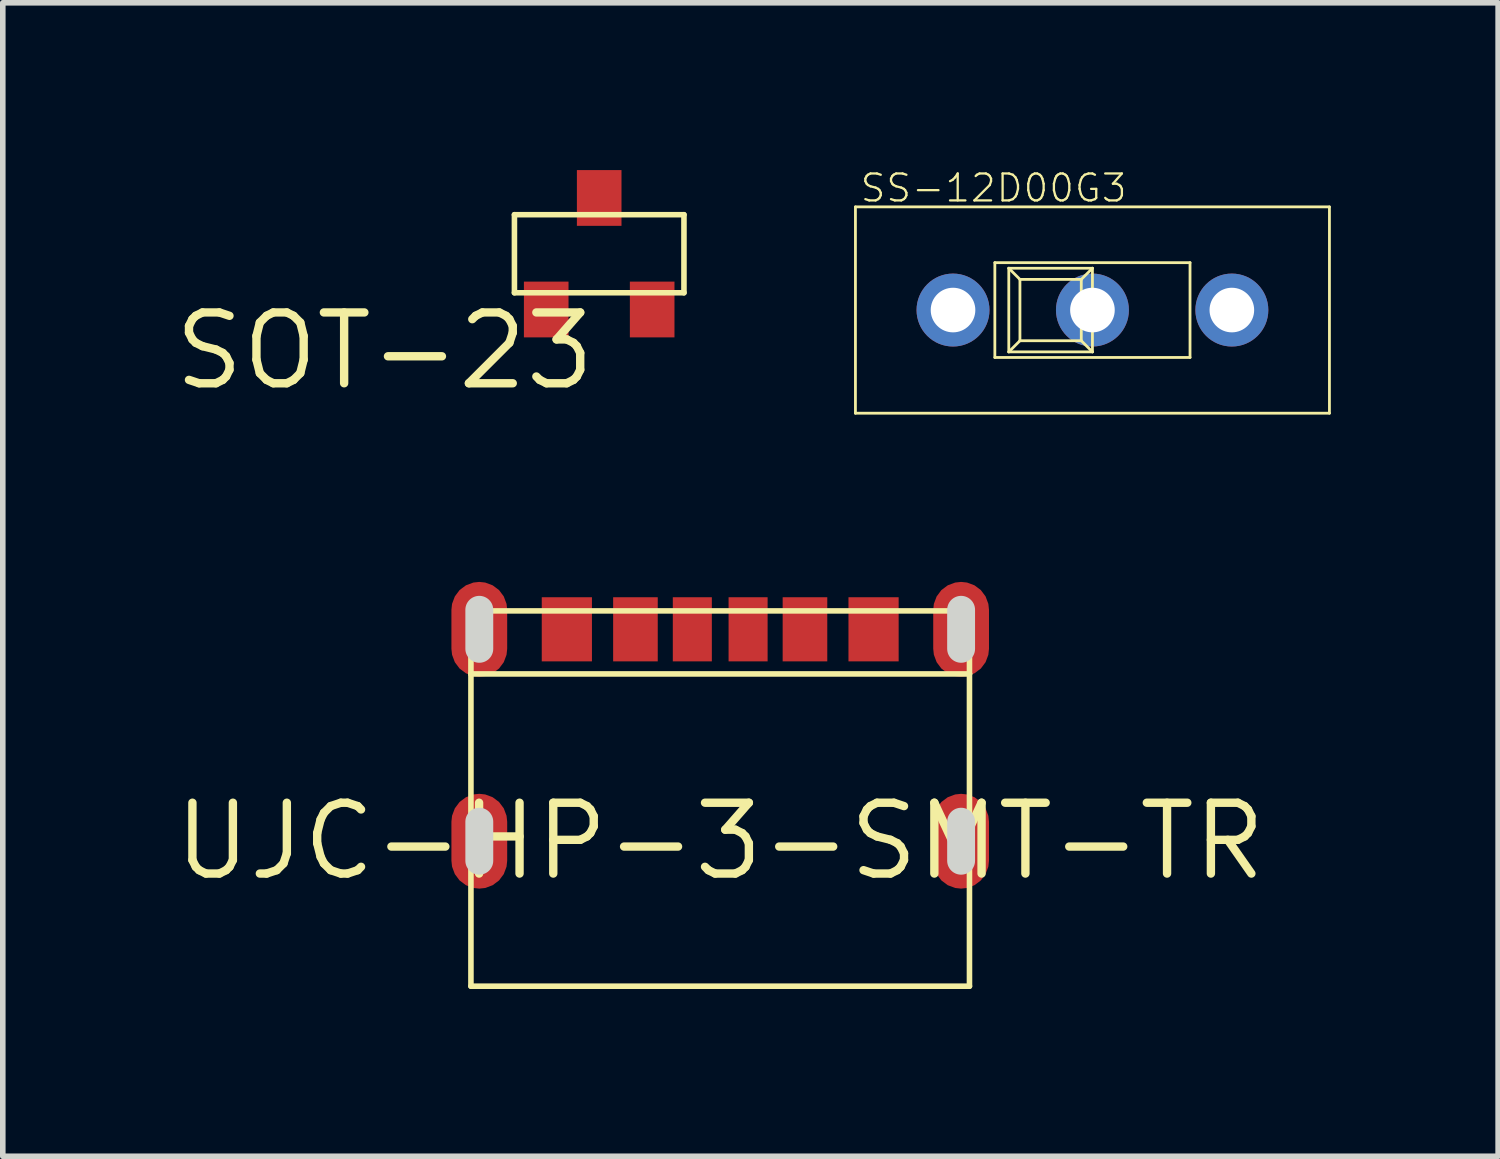
<source format=kicad_pcb>
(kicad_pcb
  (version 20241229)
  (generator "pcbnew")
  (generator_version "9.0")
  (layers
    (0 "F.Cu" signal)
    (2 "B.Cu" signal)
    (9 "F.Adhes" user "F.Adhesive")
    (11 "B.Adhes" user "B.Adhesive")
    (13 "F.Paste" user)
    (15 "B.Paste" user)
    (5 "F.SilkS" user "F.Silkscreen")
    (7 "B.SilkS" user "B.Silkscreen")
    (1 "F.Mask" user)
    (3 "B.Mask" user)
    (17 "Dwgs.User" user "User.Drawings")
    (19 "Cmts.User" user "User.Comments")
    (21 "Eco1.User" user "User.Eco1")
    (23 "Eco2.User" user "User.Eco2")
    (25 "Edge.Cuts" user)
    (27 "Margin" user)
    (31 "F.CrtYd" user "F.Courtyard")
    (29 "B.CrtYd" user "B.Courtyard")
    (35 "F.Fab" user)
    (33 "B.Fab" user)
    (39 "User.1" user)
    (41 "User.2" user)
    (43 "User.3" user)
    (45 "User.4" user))
  (footprint "SS-12D00G3"
    (layer "F.Cu")
    (at 16.54 2.51)
    (property "Reference" "SS-12D00G3" (at -4.191 -1.905 0) (layer "F.SilkS") (effects (font (size 0.483 0.483) (thickness 0.041)) (justify left bottom)))
    (attr through_hole)
    (fp_line (start -4.25 -1.85) (end -4.25 1.85) (stroke (width 0.05) (type solid)) (layer "F.SilkS"))
    (fp_line (start -4.25 1.85) (end 4.25 1.85) (stroke (width 0.05) (type solid)) (layer "F.SilkS"))
    (fp_line (start -1.75 -0.85) (end -1.75 0.85) (stroke (width 0.05) (type solid)) (layer "F.SilkS"))
    (fp_line (start -1.75 0.85) (end 1.75 0.85) (stroke (width 0.05) (type solid)) (layer "F.SilkS"))
    (fp_line (start -1.5 -0.75) (end -1.5 0.75) (stroke (width 0.05) (type solid)) (layer "F.SilkS"))
    (fp_line (start -1.5 0.75) (end 0 0.75) (stroke (width 0.05) (type solid)) (layer "F.SilkS"))
    (fp_line (start -1.3 -0.55) (end -1.5 -0.75) (stroke (width 0.05) (type solid)) (layer "F.SilkS"))
    (fp_line (start -1.3 -0.55) (end -1.3 0.55) (stroke (width 0.05) (type solid)) (layer "F.SilkS"))
    (fp_line (start -1.3 0.55) (end -1.5 0.75) (stroke (width 0.05) (type solid)) (layer "F.SilkS"))
    (fp_line (start -1.3 0.55) (end -0.2 0.55) (stroke (width 0.05) (type solid)) (layer "F.SilkS"))
    (fp_line (start -0.2 -0.55) (end -1.3 -0.55) (stroke (width 0.05) (type solid)) (layer "F.SilkS"))
    (fp_line (start -0.2 -0.55) (end 0 -0.75) (stroke (width 0.05) (type solid)) (layer "F.SilkS"))
    (fp_line (start -0.2 0.55) (end -0.2 -0.55) (stroke (width 0.05) (type solid)) (layer "F.SilkS"))
    (fp_line (start -0.2 0.55) (end 0 0.75) (stroke (width 0.05) (type solid)) (layer "F.SilkS"))
    (fp_line (start 0 -0.75) (end -1.5 -0.75) (stroke (width 0.05) (type solid)) (layer "F.SilkS"))
    (fp_line (start 0 0.75) (end 0 -0.75) (stroke (width 0.05) (type solid)) (layer "F.SilkS"))
    (fp_line (start 1.75 -0.85) (end -1.75 -0.85) (stroke (width 0.05) (type solid)) (layer "F.SilkS"))
    (fp_line (start 1.75 0.85) (end 1.75 -0.85) (stroke (width 0.05) (type solid)) (layer "F.SilkS"))
    (fp_line (start 4.25 -1.85) (end -4.25 -1.85) (stroke (width 0.05) (type solid)) (layer "F.SilkS"))
    (fp_line (start 4.25 1.85) (end 4.25 -1.85) (stroke (width 0.05) (type solid)) (layer "F.SilkS"))
    (pad "C" thru_hole circle (at 0 0) (size 1.308 1.308) (drill 0.8) (layers "*.Cu" "*.Mask"))
    (pad "L" thru_hole circle (at -2.5 0) (size 1.308 1.308) (drill 0.8) (layers "*.Cu" "*.Mask"))
    (pad "R" thru_hole circle (at 2.5 0) (size 1.308 1.308) (drill 0.8) (layers "*.Cu" "*.Mask")))
  (footprint "UJC-HP-3-SMT-TR"
    (layer "F.Cu")
    (at 9.865 12.035)
    (property "Reference" "UJC-HP-3-SMT-TR" (at 0 0 0) (layer "F.SilkS") (effects (font (size 1.27 1.27) (thickness 0.15))))
    (attr through_hole)
    (fp_line (start -4.47 -4.13) (end -4.47 -3) (stroke (width 0.1) (type solid)) (layer "F.SilkS"))
    (fp_line (start -4.47 -3) (end -4.47 2.6) (stroke (width 0.1) (type solid)) (layer "F.SilkS"))
    (fp_line (start -4.47 -3) (end 4.47 -3) (stroke (width 0.1) (type solid)) (layer "F.SilkS"))
    (fp_line (start -4.47 2.6) (end 4.47 2.6) (stroke (width 0.1) (type solid)) (layer "F.SilkS"))
    (fp_line (start 4.47 -4.13) (end -4.47 -4.13) (stroke (width 0.1) (type solid)) (layer "F.SilkS"))
    (fp_line (start 4.47 -3) (end 4.47 -4.13) (stroke (width 0.1) (type solid)) (layer "F.SilkS"))
    (fp_line (start 4.47 2.6) (end 4.47 -3) (stroke (width 0.1) (type solid)) (layer "F.SilkS"))
    (fp_line (start -4.32 -4.15) (end -4.32 -3.45) (stroke (width 0.5) (type solid)) (layer "Edge.Cuts"))
    (fp_line (start -4.32 -0.35) (end -4.32 0.35) (stroke (width 0.5) (type solid)) (layer "Edge.Cuts"))
    (fp_line (start 4.32 -4.15) (end 4.32 -3.45) (stroke (width 0.5) (type solid)) (layer "Edge.Cuts"))
    (fp_line (start 4.32 -0.35) (end 4.32 0.35) (stroke (width 0.5) (type solid)) (layer "Edge.Cuts"))
    (pad "A5" smd rect (at -0.5 -3.8 90) (size 1.15 0.7) (layers "F.Cu" "F.Mask" "F.Paste"))
    (pad "A9" smd rect (at 1.52 -3.8 90) (size 1.15 0.8) (layers "F.Cu" "F.Mask" "F.Paste"))
    (pad "A12" smd rect (at 2.75 -3.8 90) (size 1.15 0.9) (layers "F.Cu" "F.Mask" "F.Paste"))
    (pad "B5" smd rect (at 0.5 -3.8 90) (size 1.15 0.7) (layers "F.Cu" "F.Mask" "F.Paste"))
    (pad "B9" smd rect (at -1.52 -3.8 90) (size 1.15 0.8) (layers "F.Cu" "F.Mask" "F.Paste"))
    (pad "B12" smd rect (at -2.75 -3.8 90) (size 1.15 0.9) (layers "F.Cu" "F.Mask" "F.Paste"))
    (pad "SHIELD1" smd roundrect (at -4.32 -3.8 90) (size 1.7 1) (layers "F.Cu" "F.Mask" "F.Paste") (roundrect_rratio 0.5))
    (pad "SHIELD2" smd roundrect (at 4.32 -3.8 90) (size 1.7 1) (layers "F.Cu" "F.Mask" "F.Paste") (roundrect_rratio 0.5))
    (pad "SHIELD3" smd roundrect (at -4.32 0 90) (size 1.7 1) (layers "F.Cu" "F.Mask" "F.Paste") (roundrect_rratio 0.5))
    (pad "SHIELD4" smd roundrect (at 4.32 0 90) (size 1.7 1) (layers "F.Cu" "F.Mask" "F.Paste") (roundrect_rratio 0.5)))
  (footprint "SOT-23"
    (layer "F.Cu")
    (at 7.695 2.5)
    (property "Reference" "SOT-23" (at 0 0 0) (layer "F.SilkS") (effects (font (size 1.27 1.27) (thickness 0.15)) (justify right top)))
    (attr through_hole)
    (fp_line (start -1.52 -1.7) (end -1.52 -0.3) (stroke (width 0.1) (type solid)) (layer "F.SilkS"))
    (fp_line (start -1.52 -0.3) (end 1.52 -0.3) (stroke (width 0.1) (type solid)) (layer "F.SilkS"))
    (fp_line (start 1.52 -1.7) (end -1.52 -1.7) (stroke (width 0.1) (type solid)) (layer "F.SilkS"))
    (fp_line (start 1.52 -0.3) (end 1.52 -1.7) (stroke (width 0.1) (type solid)) (layer "F.SilkS"))
    (pad "D" smd rect (at 0 -2) (size 0.8 1) (layers "F.Cu" "F.Mask" "F.Paste"))
    (pad "G" smd rect (at -0.95 0) (size 0.8 1) (layers "F.Cu" "F.Mask" "F.Paste"))
    (pad "S" smd rect (at 0.95 0) (size 0.8 1) (layers "F.Cu" "F.Mask" "F.Paste")))
  (gr_rect
    (start -3 -3)
    (end 23.815 17.685)
    (stroke (width 0.1) (type default))
    (fill no)
    (layer "Edge.Cuts")))
</source>
